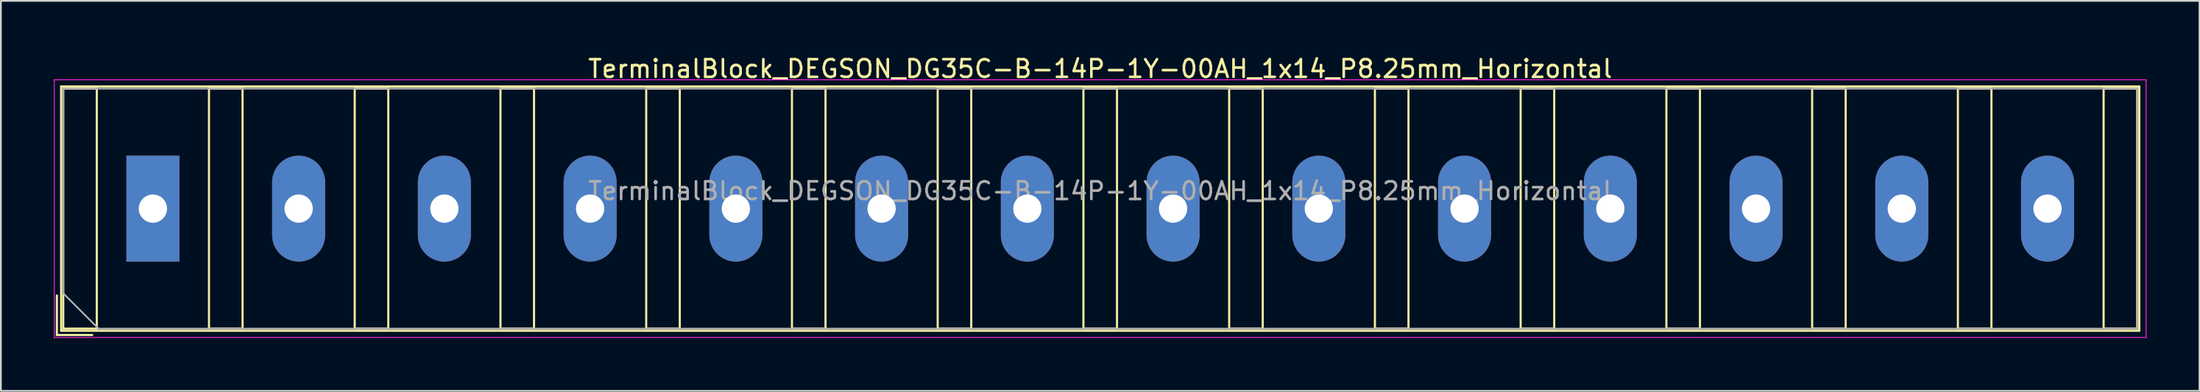
<source format=kicad_pcb>
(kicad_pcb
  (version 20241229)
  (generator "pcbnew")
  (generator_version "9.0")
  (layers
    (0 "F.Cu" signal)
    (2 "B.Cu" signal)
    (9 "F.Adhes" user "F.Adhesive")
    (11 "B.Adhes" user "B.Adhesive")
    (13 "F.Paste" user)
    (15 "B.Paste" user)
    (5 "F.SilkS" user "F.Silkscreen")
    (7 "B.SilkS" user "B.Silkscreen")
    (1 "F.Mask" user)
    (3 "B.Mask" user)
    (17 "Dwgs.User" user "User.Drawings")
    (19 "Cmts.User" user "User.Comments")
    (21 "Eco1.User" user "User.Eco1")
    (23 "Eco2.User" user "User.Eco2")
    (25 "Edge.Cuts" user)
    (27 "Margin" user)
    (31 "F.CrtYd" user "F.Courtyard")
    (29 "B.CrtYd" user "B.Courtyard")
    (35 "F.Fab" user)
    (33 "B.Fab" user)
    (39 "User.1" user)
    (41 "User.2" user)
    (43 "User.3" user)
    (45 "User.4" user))
  (footprint "TerminalBlock_DEGSON_DG35C-B-14P-1Y-00AH_1x14_P8.25mm_Horizontal"
    (layer "F.Cu")
    (at 5.605 8.768)
    (property "Reference" "TerminalBlock_DEGSON_DG35C-B-14P-1Y-00AH_1x14_P8.25mm_Horizontal" (at 53.625 -7.92 0) (layer "F.SilkS") (effects (font (size 1 1) (thickness 0.15))))
    (attr through_hole)
    (fp_line (start -1.98 -3.48) (end -1.98 3.48) (stroke (width 0.01) (type solid)) (layer "F.Mask"))
    (fp_line (start -1.98 3.48) (end 1.98 3.48) (stroke (width 0.01) (type solid)) (layer "F.Mask"))
    (fp_line (start 1.98 -3.48) (end -1.98 -3.48) (stroke (width 0.01) (type solid)) (layer "F.Mask"))
    (fp_line (start 1.98 3.48) (end 1.98 -3.48) (stroke (width 0.01) (type solid)) (layer "F.Mask"))
    (fp_line (start 6.27 -3.48) (end 6.27 3.48) (stroke (width 0.01) (type solid)) (layer "F.Mask"))
    (fp_line (start 6.27 3.48) (end 10.23 3.48) (stroke (width 0.01) (type solid)) (layer "F.Mask"))
    (fp_line (start 10.23 -3.48) (end 6.27 -3.48) (stroke (width 0.01) (type solid)) (layer "F.Mask"))
    (fp_line (start 10.23 3.48) (end 10.23 -3.48) (stroke (width 0.01) (type solid)) (layer "F.Mask"))
    (fp_line (start 14.52 -3.48) (end 14.52 3.48) (stroke (width 0.01) (type solid)) (layer "F.Mask"))
    (fp_line (start 14.52 3.48) (end 18.48 3.48) (stroke (width 0.01) (type solid)) (layer "F.Mask"))
    (fp_line (start 18.48 -3.48) (end 14.52 -3.48) (stroke (width 0.01) (type solid)) (layer "F.Mask"))
    (fp_line (start 18.48 3.48) (end 18.48 -3.48) (stroke (width 0.01) (type solid)) (layer "F.Mask"))
    (fp_line (start 22.77 -3.48) (end 22.77 3.48) (stroke (width 0.01) (type solid)) (layer "F.Mask"))
    (fp_line (start 22.77 3.48) (end 26.73 3.48) (stroke (width 0.01) (type solid)) (layer "F.Mask"))
    (fp_line (start 26.73 -3.48) (end 22.77 -3.48) (stroke (width 0.01) (type solid)) (layer "F.Mask"))
    (fp_line (start 26.73 3.48) (end 26.73 -3.48) (stroke (width 0.01) (type solid)) (layer "F.Mask"))
    (fp_line (start 31.02 -3.48) (end 31.02 3.48) (stroke (width 0.01) (type solid)) (layer "F.Mask"))
    (fp_line (start 31.02 3.48) (end 34.98 3.48) (stroke (width 0.01) (type solid)) (layer "F.Mask"))
    (fp_line (start 34.98 -3.48) (end 31.02 -3.48) (stroke (width 0.01) (type solid)) (layer "F.Mask"))
    (fp_line (start 34.98 3.48) (end 34.98 -3.48) (stroke (width 0.01) (type solid)) (layer "F.Mask"))
    (fp_line (start 39.27 -3.48) (end 39.27 3.48) (stroke (width 0.01) (type solid)) (layer "F.Mask"))
    (fp_line (start 39.27 3.48) (end 43.23 3.48) (stroke (width 0.01) (type solid)) (layer "F.Mask"))
    (fp_line (start 43.23 -3.48) (end 39.27 -3.48) (stroke (width 0.01) (type solid)) (layer "F.Mask"))
    (fp_line (start 43.23 3.48) (end 43.23 -3.48) (stroke (width 0.01) (type solid)) (layer "F.Mask"))
    (fp_line (start 47.52 -3.48) (end 47.52 3.48) (stroke (width 0.01) (type solid)) (layer "F.Mask"))
    (fp_line (start 47.52 3.48) (end 51.48 3.48) (stroke (width 0.01) (type solid)) (layer "F.Mask"))
    (fp_line (start 51.48 -3.48) (end 47.52 -3.48) (stroke (width 0.01) (type solid)) (layer "F.Mask"))
    (fp_line (start 51.48 3.48) (end 51.48 -3.48) (stroke (width 0.01) (type solid)) (layer "F.Mask"))
    (fp_line (start 55.77 -3.48) (end 55.77 3.48) (stroke (width 0.01) (type solid)) (layer "F.Mask"))
    (fp_line (start 55.77 3.48) (end 59.73 3.48) (stroke (width 0.01) (type solid)) (layer "F.Mask"))
    (fp_line (start 59.73 -3.48) (end 55.77 -3.48) (stroke (width 0.01) (type solid)) (layer "F.Mask"))
    (fp_line (start 59.73 3.48) (end 59.73 -3.48) (stroke (width 0.01) (type solid)) (layer "F.Mask"))
    (fp_line (start 64.02 -3.48) (end 64.02 3.48) (stroke (width 0.01) (type solid)) (layer "F.Mask"))
    (fp_line (start 64.02 3.48) (end 67.98 3.48) (stroke (width 0.01) (type solid)) (layer "F.Mask"))
    (fp_line (start 67.98 -3.48) (end 64.02 -3.48) (stroke (width 0.01) (type solid)) (layer "F.Mask"))
    (fp_line (start 67.98 3.48) (end 67.98 -3.48) (stroke (width 0.01) (type solid)) (layer "F.Mask"))
    (fp_line (start 72.27 -3.48) (end 72.27 3.48) (stroke (width 0.01) (type solid)) (layer "F.Mask"))
    (fp_line (start 72.27 3.48) (end 76.23 3.48) (stroke (width 0.01) (type solid)) (layer "F.Mask"))
    (fp_line (start 76.23 -3.48) (end 72.27 -3.48) (stroke (width 0.01) (type solid)) (layer "F.Mask"))
    (fp_line (start 76.23 3.48) (end 76.23 -3.48) (stroke (width 0.01) (type solid)) (layer "F.Mask"))
    (fp_line (start 80.52 -3.48) (end 80.52 3.48) (stroke (width 0.01) (type solid)) (layer "F.Mask"))
    (fp_line (start 80.52 3.48) (end 84.48 3.48) (stroke (width 0.01) (type solid)) (layer "F.Mask"))
    (fp_line (start 84.48 -3.48) (end 80.52 -3.48) (stroke (width 0.01) (type solid)) (layer "F.Mask"))
    (fp_line (start 84.48 3.48) (end 84.48 -3.48) (stroke (width 0.01) (type solid)) (layer "F.Mask"))
    (fp_line (start 88.77 -3.48) (end 88.77 3.48) (stroke (width 0.01) (type solid)) (layer "F.Mask"))
    (fp_line (start 88.77 3.48) (end 92.73 3.48) (stroke (width 0.01) (type solid)) (layer "F.Mask"))
    (fp_line (start 92.73 -3.48) (end 88.77 -3.48) (stroke (width 0.01) (type solid)) (layer "F.Mask"))
    (fp_line (start 92.73 3.48) (end 92.73 -3.48) (stroke (width 0.01) (type solid)) (layer "F.Mask"))
    (fp_line (start 97.02 -3.48) (end 97.02 3.48) (stroke (width 0.01) (type solid)) (layer "F.Mask"))
    (fp_line (start 97.02 3.48) (end 100.98 3.48) (stroke (width 0.01) (type solid)) (layer "F.Mask"))
    (fp_line (start 100.98 -3.48) (end 97.02 -3.48) (stroke (width 0.01) (type solid)) (layer "F.Mask"))
    (fp_line (start 100.98 3.48) (end 100.98 -3.48) (stroke (width 0.01) (type solid)) (layer "F.Mask"))
    (fp_line (start 105.27 -3.48) (end 105.27 3.48) (stroke (width 0.01) (type solid)) (layer "F.Mask"))
    (fp_line (start 105.27 3.48) (end 109.23 3.48) (stroke (width 0.01) (type solid)) (layer "F.Mask"))
    (fp_line (start 109.23 -3.48) (end 105.27 -3.48) (stroke (width 0.01) (type solid)) (layer "F.Mask"))
    (fp_line (start 109.23 3.48) (end 109.23 -3.48) (stroke (width 0.01) (type solid)) (layer "F.Mask"))
    (fp_line (start -5.435 4.92) (end -5.435 7.16) (stroke (width 0.12) (type solid)) (layer "F.SilkS"))
    (fp_line (start -5.435 7.16) (end -3.435 7.16) (stroke (width 0.12) (type solid)) (layer "F.SilkS"))
    (fp_line (start -5.195 -6.92) (end -5.195 6.92) (stroke (width 0.12) (type solid)) (layer "F.SilkS"))
    (fp_line (start -5.195 -6.92) (end 112.445 -6.92) (stroke (width 0.12) (type solid)) (layer "F.SilkS"))
    (fp_line (start -5.195 6.92) (end 112.445 6.92) (stroke (width 0.12) (type solid)) (layer "F.SilkS"))
    (fp_line (start -5.075 -6.8) (end -5.075 6.8) (stroke (width 0.12) (type solid)) (layer "F.SilkS"))
    (fp_line (start -5.075 6.8) (end -3.175 6.8) (stroke (width 0.12) (type solid)) (layer "F.SilkS"))
    (fp_line (start -3.175 -6.8) (end -5.075 -6.8) (stroke (width 0.12) (type solid)) (layer "F.SilkS"))
    (fp_line (start -3.175 6.8) (end -3.175 -6.8) (stroke (width 0.12) (type solid)) (layer "F.SilkS"))
    (fp_line (start 3.175 -6.8) (end 3.175 6.8) (stroke (width 0.12) (type solid)) (layer "F.SilkS"))
    (fp_line (start 3.175 6.8) (end 5.075 6.8) (stroke (width 0.12) (type solid)) (layer "F.SilkS"))
    (fp_line (start 5.075 -6.8) (end 3.175 -6.8) (stroke (width 0.12) (type solid)) (layer "F.SilkS"))
    (fp_line (start 5.075 6.8) (end 5.075 -6.8) (stroke (width 0.12) (type solid)) (layer "F.SilkS"))
    (fp_line (start 11.425 -6.8) (end 11.425 6.8) (stroke (width 0.12) (type solid)) (layer "F.SilkS"))
    (fp_line (start 11.425 6.8) (end 13.325 6.8) (stroke (width 0.12) (type solid)) (layer "F.SilkS"))
    (fp_line (start 13.325 -6.8) (end 11.425 -6.8) (stroke (width 0.12) (type solid)) (layer "F.SilkS"))
    (fp_line (start 13.325 6.8) (end 13.325 -6.8) (stroke (width 0.12) (type solid)) (layer "F.SilkS"))
    (fp_line (start 19.675 -6.8) (end 19.675 6.8) (stroke (width 0.12) (type solid)) (layer "F.SilkS"))
    (fp_line (start 19.675 6.8) (end 21.575 6.8) (stroke (width 0.12) (type solid)) (layer "F.SilkS"))
    (fp_line (start 21.575 -6.8) (end 19.675 -6.8) (stroke (width 0.12) (type solid)) (layer "F.SilkS"))
    (fp_line (start 21.575 6.8) (end 21.575 -6.8) (stroke (width 0.12) (type solid)) (layer "F.SilkS"))
    (fp_line (start 27.925 -6.8) (end 27.925 6.8) (stroke (width 0.12) (type solid)) (layer "F.SilkS"))
    (fp_line (start 27.925 6.8) (end 29.825 6.8) (stroke (width 0.12) (type solid)) (layer "F.SilkS"))
    (fp_line (start 29.825 -6.8) (end 27.925 -6.8) (stroke (width 0.12) (type solid)) (layer "F.SilkS"))
    (fp_line (start 29.825 6.8) (end 29.825 -6.8) (stroke (width 0.12) (type solid)) (layer "F.SilkS"))
    (fp_line (start 36.175 -6.8) (end 36.175 6.8) (stroke (width 0.12) (type solid)) (layer "F.SilkS"))
    (fp_line (start 36.175 6.8) (end 38.075 6.8) (stroke (width 0.12) (type solid)) (layer "F.SilkS"))
    (fp_line (start 38.075 -6.8) (end 36.175 -6.8) (stroke (width 0.12) (type solid)) (layer "F.SilkS"))
    (fp_line (start 38.075 6.8) (end 38.075 -6.8) (stroke (width 0.12) (type solid)) (layer "F.SilkS"))
    (fp_line (start 44.425 -6.8) (end 44.425 6.8) (stroke (width 0.12) (type solid)) (layer "F.SilkS"))
    (fp_line (start 44.425 6.8) (end 46.325 6.8) (stroke (width 0.12) (type solid)) (layer "F.SilkS"))
    (fp_line (start 46.325 -6.8) (end 44.425 -6.8) (stroke (width 0.12) (type solid)) (layer "F.SilkS"))
    (fp_line (start 46.325 6.8) (end 46.325 -6.8) (stroke (width 0.12) (type solid)) (layer "F.SilkS"))
    (fp_line (start 52.675 -6.8) (end 52.675 6.8) (stroke (width 0.12) (type solid)) (layer "F.SilkS"))
    (fp_line (start 52.675 6.8) (end 54.575 6.8) (stroke (width 0.12) (type solid)) (layer "F.SilkS"))
    (fp_line (start 54.575 -6.8) (end 52.675 -6.8) (stroke (width 0.12) (type solid)) (layer "F.SilkS"))
    (fp_line (start 54.575 6.8) (end 54.575 -6.8) (stroke (width 0.12) (type solid)) (layer "F.SilkS"))
    (fp_line (start 60.925 -6.8) (end 60.925 6.8) (stroke (width 0.12) (type solid)) (layer "F.SilkS"))
    (fp_line (start 60.925 6.8) (end 62.825 6.8) (stroke (width 0.12) (type solid)) (layer "F.SilkS"))
    (fp_line (start 62.825 -6.8) (end 60.925 -6.8) (stroke (width 0.12) (type solid)) (layer "F.SilkS"))
    (fp_line (start 62.825 6.8) (end 62.825 -6.8) (stroke (width 0.12) (type solid)) (layer "F.SilkS"))
    (fp_line (start 69.175 -6.8) (end 69.175 6.8) (stroke (width 0.12) (type solid)) (layer "F.SilkS"))
    (fp_line (start 69.175 6.8) (end 71.075 6.8) (stroke (width 0.12) (type solid)) (layer "F.SilkS"))
    (fp_line (start 71.075 -6.8) (end 69.175 -6.8) (stroke (width 0.12) (type solid)) (layer "F.SilkS"))
    (fp_line (start 71.075 6.8) (end 71.075 -6.8) (stroke (width 0.12) (type solid)) (layer "F.SilkS"))
    (fp_line (start 77.425 -6.8) (end 77.425 6.8) (stroke (width 0.12) (type solid)) (layer "F.SilkS"))
    (fp_line (start 77.425 6.8) (end 79.325 6.8) (stroke (width 0.12) (type solid)) (layer "F.SilkS"))
    (fp_line (start 79.325 -6.8) (end 77.425 -6.8) (stroke (width 0.12) (type solid)) (layer "F.SilkS"))
    (fp_line (start 79.325 6.8) (end 79.325 -6.8) (stroke (width 0.12) (type solid)) (layer "F.SilkS"))
    (fp_line (start 85.675 -6.8) (end 85.675 6.8) (stroke (width 0.12) (type solid)) (layer "F.SilkS"))
    (fp_line (start 85.675 6.8) (end 87.575 6.8) (stroke (width 0.12) (type solid)) (layer "F.SilkS"))
    (fp_line (start 87.575 -6.8) (end 85.675 -6.8) (stroke (width 0.12) (type solid)) (layer "F.SilkS"))
    (fp_line (start 87.575 6.8) (end 87.575 -6.8) (stroke (width 0.12) (type solid)) (layer "F.SilkS"))
    (fp_line (start 93.925 -6.8) (end 93.925 6.8) (stroke (width 0.12) (type solid)) (layer "F.SilkS"))
    (fp_line (start 93.925 6.8) (end 95.825 6.8) (stroke (width 0.12) (type solid)) (layer "F.SilkS"))
    (fp_line (start 95.825 -6.8) (end 93.925 -6.8) (stroke (width 0.12) (type solid)) (layer "F.SilkS"))
    (fp_line (start 95.825 6.8) (end 95.825 -6.8) (stroke (width 0.12) (type solid)) (layer "F.SilkS"))
    (fp_line (start 102.175 -6.8) (end 102.175 6.8) (stroke (width 0.12) (type solid)) (layer "F.SilkS"))
    (fp_line (start 102.175 6.8) (end 104.075 6.8) (stroke (width 0.12) (type solid)) (layer "F.SilkS"))
    (fp_line (start 104.075 -6.8) (end 102.175 -6.8) (stroke (width 0.12) (type solid)) (layer "F.SilkS"))
    (fp_line (start 104.075 6.8) (end 104.075 -6.8) (stroke (width 0.12) (type solid)) (layer "F.SilkS"))
    (fp_line (start 110.425 -6.8) (end 110.425 6.8) (stroke (width 0.12) (type solid)) (layer "F.SilkS"))
    (fp_line (start 110.425 6.8) (end 112.325 6.8) (stroke (width 0.12) (type solid)) (layer "F.SilkS"))
    (fp_line (start 112.325 -6.8) (end 110.425 -6.8) (stroke (width 0.12) (type solid)) (layer "F.SilkS"))
    (fp_line (start 112.325 6.8) (end 112.325 -6.8) (stroke (width 0.12) (type solid)) (layer "F.SilkS"))
    (fp_line (start 112.445 -6.92) (end 112.445 6.92) (stroke (width 0.12) (type solid)) (layer "F.SilkS"))
    (fp_line (start -5.58 -7.3) (end -5.58 7.3) (stroke (width 0.05) (type solid)) (layer "F.CrtYd"))
    (fp_line (start -5.58 7.3) (end 112.83 7.3) (stroke (width 0.05) (type solid)) (layer "F.CrtYd"))
    (fp_line (start 112.83 -7.3) (end -5.58 -7.3) (stroke (width 0.05) (type solid)) (layer "F.CrtYd"))
    (fp_line (start 112.83 7.3) (end 112.83 -7.3) (stroke (width 0.05) (type solid)) (layer "F.CrtYd"))
    (fp_line (start -5.075 -6.8) (end 112.325 -6.8) (stroke (width 0.1) (type solid)) (layer "F.Fab"))
    (fp_line (start -5.075 4.8) (end -5.075 -6.8) (stroke (width 0.1) (type solid)) (layer "F.Fab"))
    (fp_line (start -3.075 6.8) (end -5.075 4.8) (stroke (width 0.1) (type solid)) (layer "F.Fab"))
    (fp_line (start 112.325 -6.8) (end 112.325 6.8) (stroke (width 0.1) (type solid)) (layer "F.Fab"))
    (fp_line (start 112.325 6.8) (end -3.075 6.8) (stroke (width 0.1) (type solid)) (layer "F.Fab"))
    (fp_text user "${REFERENCE}" (at 53.625 -1 0) (layer "F.Fab") (effects (font (size 1 1) (thickness 0.15))))
    (pad "1" thru_hole rect (at 0 0) (size 3 6) (drill 1.6) (layers "*.Cu" "*.Mask"))
    (pad "2" thru_hole oval (at 8.25 0) (size 3 6) (drill 1.6) (layers "*.Cu" "*.Mask"))
    (pad "3" thru_hole oval (at 16.5 0) (size 3 6) (drill 1.6) (layers "*.Cu" "*.Mask"))
    (pad "4" thru_hole oval (at 24.75 0) (size 3 6) (drill 1.6) (layers "*.Cu" "*.Mask"))
    (pad "5" thru_hole oval (at 33 0) (size 3 6) (drill 1.6) (layers "*.Cu" "*.Mask"))
    (pad "6" thru_hole oval (at 41.25 0) (size 3 6) (drill 1.6) (layers "*.Cu" "*.Mask"))
    (pad "7" thru_hole oval (at 49.5 0) (size 3 6) (drill 1.6) (layers "*.Cu" "*.Mask"))
    (pad "8" thru_hole oval (at 57.75 0) (size 3 6) (drill 1.6) (layers "*.Cu" "*.Mask"))
    (pad "9" thru_hole oval (at 66 0) (size 3 6) (drill 1.6) (layers "*.Cu" "*.Mask"))
    (pad "10" thru_hole oval (at 74.25 0) (size 3 6) (drill 1.6) (layers "*.Cu" "*.Mask"))
    (pad "11" thru_hole oval (at 82.5 0) (size 3 6) (drill 1.6) (layers "*.Cu" "*.Mask"))
    (pad "12" thru_hole oval (at 90.75 0) (size 3 6) (drill 1.6) (layers "*.Cu" "*.Mask"))
    (pad "13" thru_hole oval (at 99 0) (size 3 6) (drill 1.6) (layers "*.Cu" "*.Mask"))
    (pad "14" thru_hole oval (at 107.25 0) (size 3 6) (drill 1.6) (layers "*.Cu" "*.Mask")))
  (gr_rect
    (start -3 -3)
    (end 121.46 19.093)
    (stroke (width 0.1) (type default))
    (fill no)
    (layer "Edge.Cuts")))
</source>
